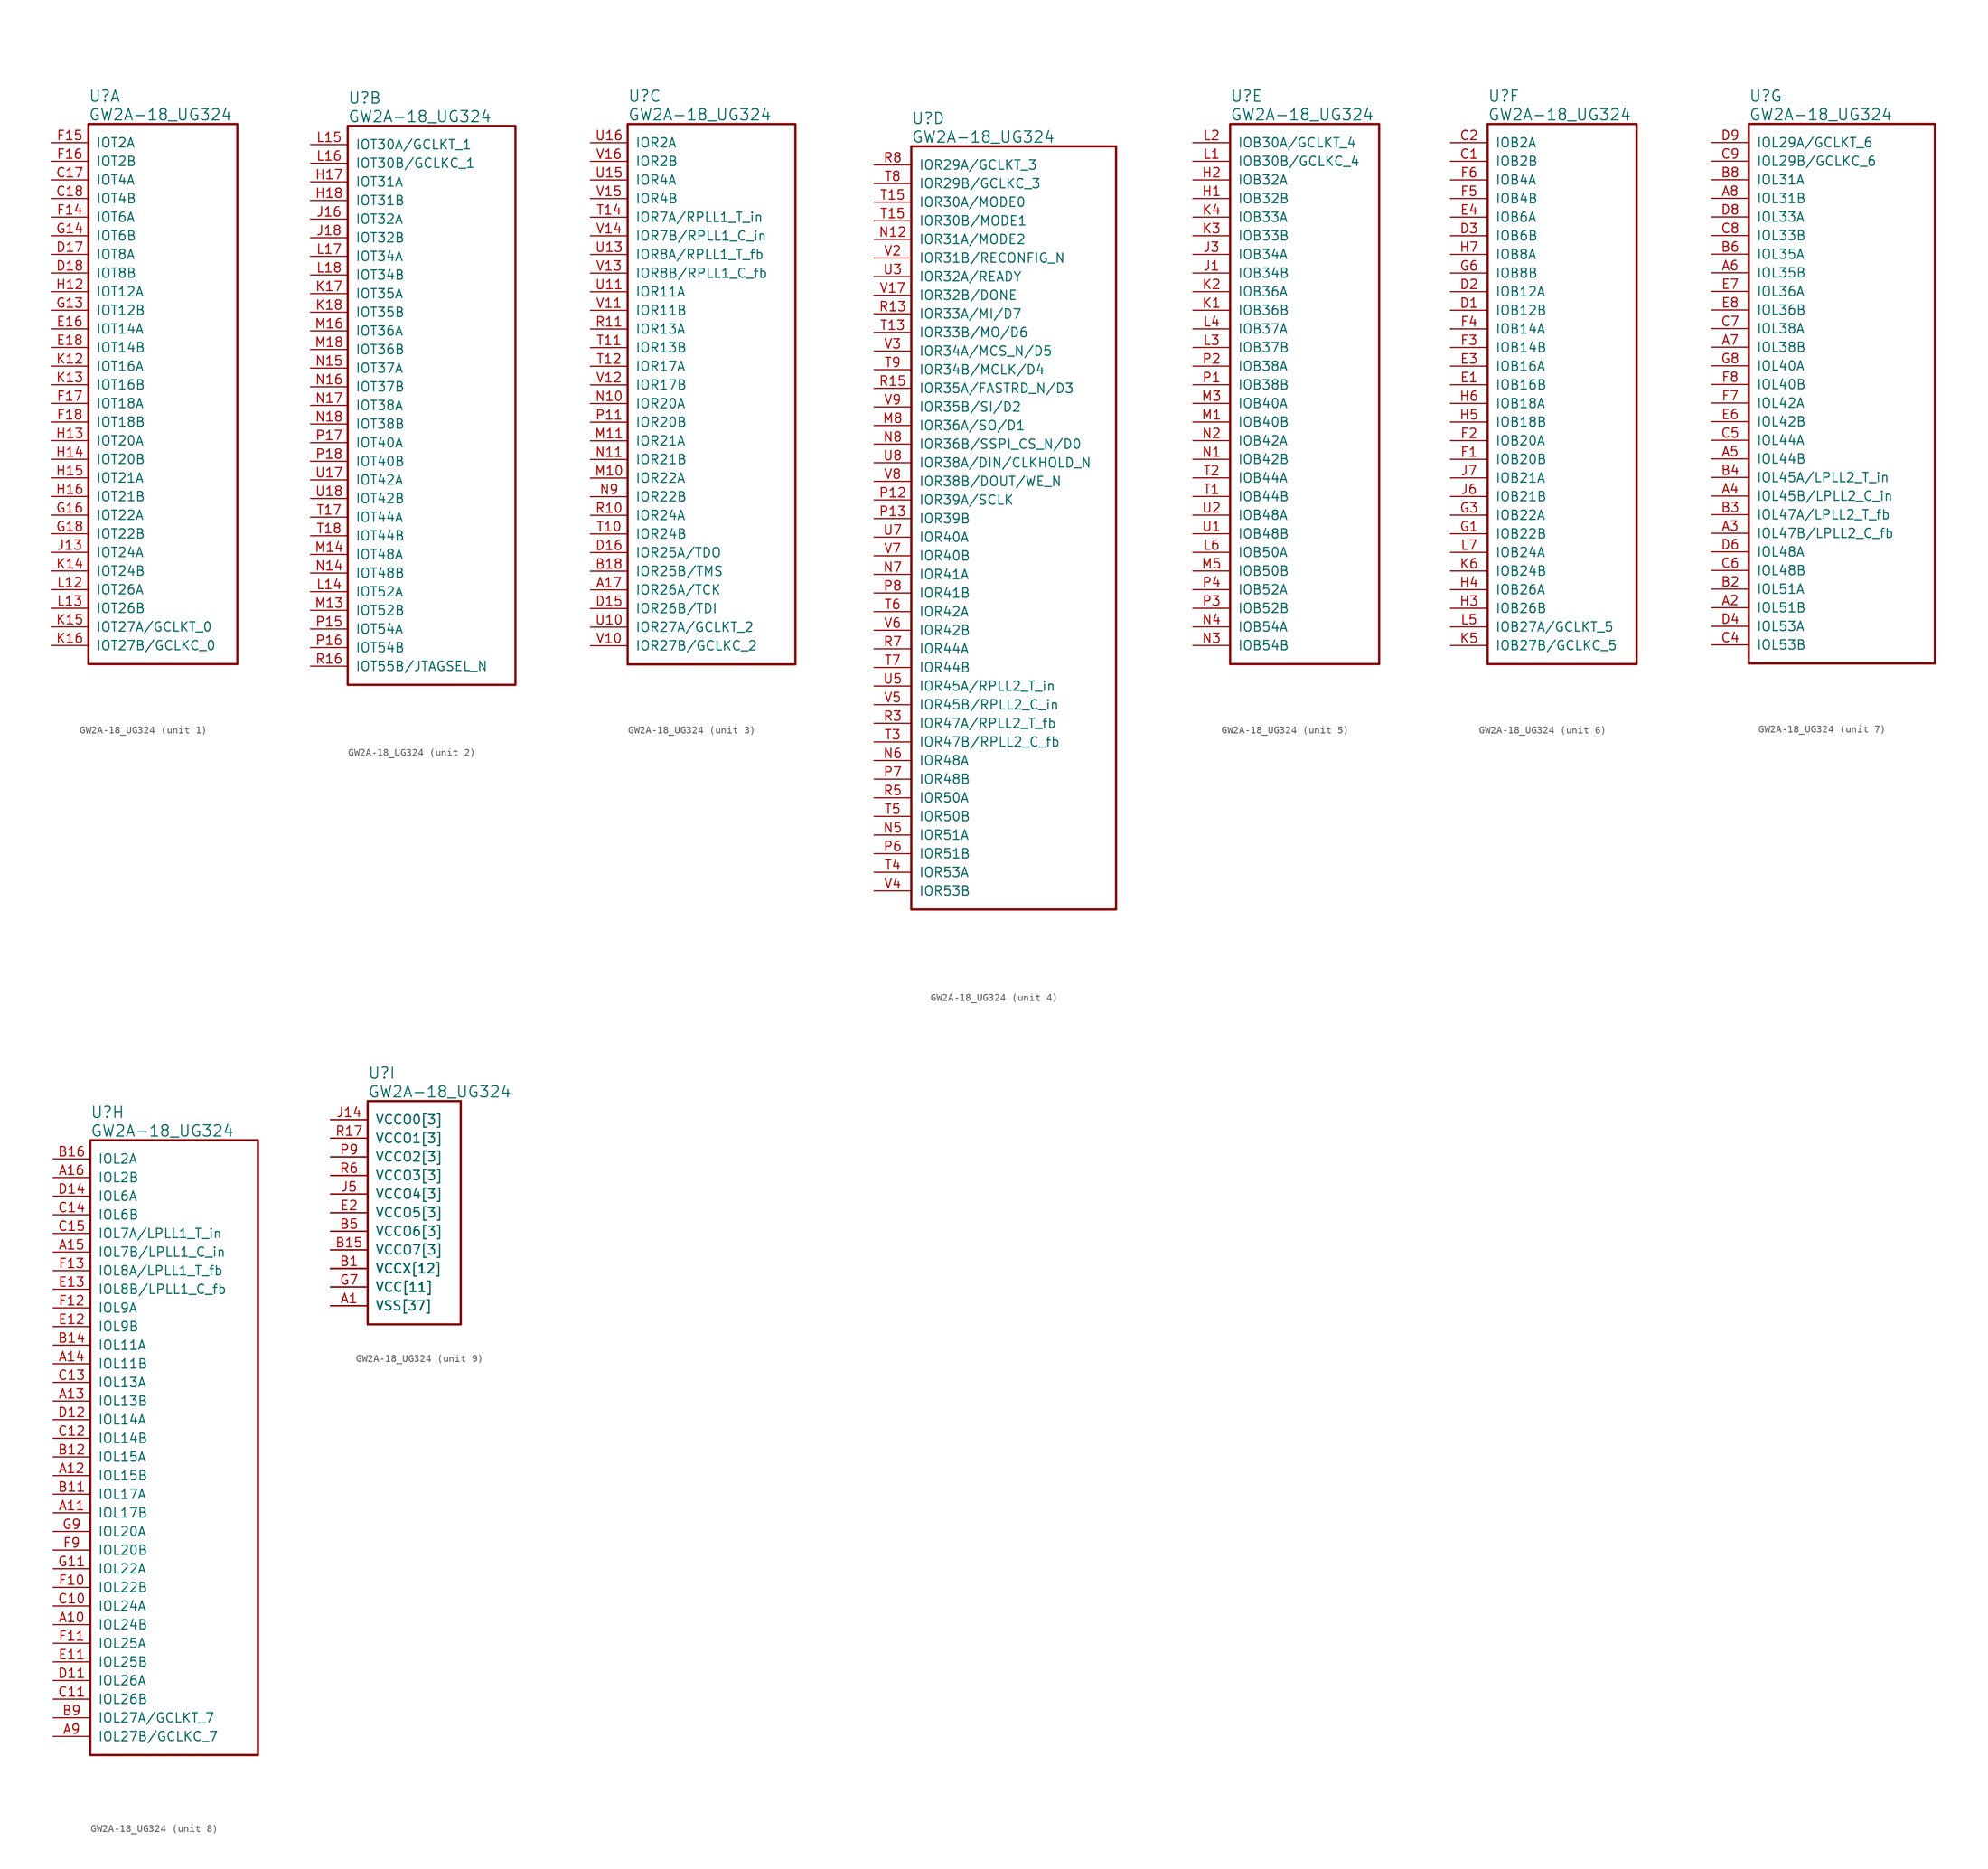
<source format=kicad_sym>
(kicad_symbol_lib
  (version 20241209)
  (generator "kicad_symbol_editor")
  (generator_version "9.0")
  (symbol "GW2A-18_UG324"
    (pin_names
      (offset 1.016))
    (property "Reference" "U"
      (at 5.08 6.35 0)
      (effects (font (size 1.524 1.524)) (justify left)))
    (property "Value" "GW2A-18_UG324"
      (at 5.08 3.81 0)
      (effects (font (size 1.524 1.524)) (justify left)))
    (property "ki_locked" ""
      (at 0 0 0)
      (effects (font (size 1.27 1.27))))
    (symbol "GW2A-18_UG324_1_1"
      (rectangle (start 5.08 2.54) (end 25.4 -71.12) (stroke (width 0.305) (type solid)) (fill (type none)))
      (pin bidirectional line (at 0 0 0) (length 5.08) (name "IOT2A" (effects (font (size 1.27 1.27)))) (number "F15" (effects (font (size 1.27 1.27)))))
      (pin bidirectional line (at 0 -2.54 0) (length 5.08) (name "IOT2B" (effects (font (size 1.27 1.27)))) (number "F16" (effects (font (size 1.27 1.27)))))
      (pin bidirectional line (at 0 -5.08 0) (length 5.08) (name "IOT4A" (effects (font (size 1.27 1.27)))) (number "C17" (effects (font (size 1.27 1.27)))))
      (pin bidirectional line (at 0 -7.62 0) (length 5.08) (name "IOT4B" (effects (font (size 1.27 1.27)))) (number "C18" (effects (font (size 1.27 1.27)))))
      (pin bidirectional line (at 0 -10.16 0) (length 5.08) (name "IOT6A" (effects (font (size 1.27 1.27)))) (number "F14" (effects (font (size 1.27 1.27)))))
      (pin bidirectional line (at 0 -12.7 0) (length 5.08) (name "IOT6B" (effects (font (size 1.27 1.27)))) (number "G14" (effects (font (size 1.27 1.27)))))
      (pin bidirectional line (at 0 -15.24 0) (length 5.08) (name "IOT8A" (effects (font (size 1.27 1.27)))) (number "D17" (effects (font (size 1.27 1.27)))))
      (pin bidirectional line (at 0 -17.78 0) (length 5.08) (name "IOT8B" (effects (font (size 1.27 1.27)))) (number "D18" (effects (font (size 1.27 1.27)))))
      (pin bidirectional line (at 0 -20.32 0) (length 5.08) (name "IOT12A" (effects (font (size 1.27 1.27)))) (number "H12" (effects (font (size 1.27 1.27)))))
      (pin bidirectional line (at 0 -22.86 0) (length 5.08) (name "IOT12B" (effects (font (size 1.27 1.27)))) (number "G13" (effects (font (size 1.27 1.27)))))
      (pin bidirectional line (at 0 -25.4 0) (length 5.08) (name "IOT14A" (effects (font (size 1.27 1.27)))) (number "E16" (effects (font (size 1.27 1.27)))))
      (pin bidirectional line (at 0 -27.94 0) (length 5.08) (name "IOT14B" (effects (font (size 1.27 1.27)))) (number "E18" (effects (font (size 1.27 1.27)))))
      (pin bidirectional line (at 0 -30.48 0) (length 5.08) (name "IOT16A" (effects (font (size 1.27 1.27)))) (number "K12" (effects (font (size 1.27 1.27)))))
      (pin bidirectional line (at 0 -33.02 0) (length 5.08) (name "IOT16B" (effects (font (size 1.27 1.27)))) (number "K13" (effects (font (size 1.27 1.27)))))
      (pin bidirectional line (at 0 -35.56 0) (length 5.08) (name "IOT18A" (effects (font (size 1.27 1.27)))) (number "F17" (effects (font (size 1.27 1.27)))))
      (pin bidirectional line (at 0 -38.1 0) (length 5.08) (name "IOT18B" (effects (font (size 1.27 1.27)))) (number "F18" (effects (font (size 1.27 1.27)))))
      (pin bidirectional line (at 0 -40.64 0) (length 5.08) (name "IOT20A" (effects (font (size 1.27 1.27)))) (number "H13" (effects (font (size 1.27 1.27)))))
      (pin bidirectional line (at 0 -43.18 0) (length 5.08) (name "IOT20B" (effects (font (size 1.27 1.27)))) (number "H14" (effects (font (size 1.27 1.27)))))
      (pin bidirectional line (at 0 -45.72 0) (length 5.08) (name "IOT21A" (effects (font (size 1.27 1.27)))) (number "H15" (effects (font (size 1.27 1.27)))))
      (pin bidirectional line (at 0 -48.26 0) (length 5.08) (name "IOT21B" (effects (font (size 1.27 1.27)))) (number "H16" (effects (font (size 1.27 1.27)))))
      (pin bidirectional line (at 0 -50.8 0) (length 5.08) (name "IOT22A" (effects (font (size 1.27 1.27)))) (number "G16" (effects (font (size 1.27 1.27)))))
      (pin bidirectional line (at 0 -53.34 0) (length 5.08) (name "IOT22B" (effects (font (size 1.27 1.27)))) (number "G18" (effects (font (size 1.27 1.27)))))
      (pin bidirectional line (at 0 -55.88 0) (length 5.08) (name "IOT24A" (effects (font (size 1.27 1.27)))) (number "J13" (effects (font (size 1.27 1.27)))))
      (pin bidirectional line (at 0 -58.42 0) (length 5.08) (name "IOT24B" (effects (font (size 1.27 1.27)))) (number "K14" (effects (font (size 1.27 1.27)))))
      (pin bidirectional line (at 0 -60.96 0) (length 5.08) (name "IOT26A" (effects (font (size 1.27 1.27)))) (number "L12" (effects (font (size 1.27 1.27)))))
      (pin bidirectional line (at 0 -63.5 0) (length 5.08) (name "IOT26B" (effects (font (size 1.27 1.27)))) (number "L13" (effects (font (size 1.27 1.27)))))
      (pin bidirectional line (at 0 -66.04 0) (length 5.08) (name "IOT27A/GCLKT_0" (effects (font (size 1.27 1.27)))) (number "K15" (effects (font (size 1.27 1.27)))))
      (pin bidirectional line (at 0 -68.58 0) (length 5.08) (name "IOT27B/GCLKC_0" (effects (font (size 1.27 1.27)))) (number "K16" (effects (font (size 1.27 1.27))))))
    (symbol "GW2A-18_UG324_2_1"
      (rectangle (start 5.08 2.54) (end 27.94 -73.66) (stroke (width 0.305) (type solid)) (fill (type none)))
      (pin bidirectional line (at 0 0 0) (length 5.08) (name "IOT30A/GCLKT_1" (effects (font (size 1.27 1.27)))) (number "L15" (effects (font (size 1.27 1.27)))))
      (pin bidirectional line (at 0 -2.54 0) (length 5.08) (name "IOT30B/GCLKC_1" (effects (font (size 1.27 1.27)))) (number "L16" (effects (font (size 1.27 1.27)))))
      (pin bidirectional line (at 0 -5.08 0) (length 5.08) (name "IOT31A" (effects (font (size 1.27 1.27)))) (number "H17" (effects (font (size 1.27 1.27)))))
      (pin bidirectional line (at 0 -7.62 0) (length 5.08) (name "IOT31B" (effects (font (size 1.27 1.27)))) (number "H18" (effects (font (size 1.27 1.27)))))
      (pin bidirectional line (at 0 -10.16 0) (length 5.08) (name "IOT32A" (effects (font (size 1.27 1.27)))) (number "J16" (effects (font (size 1.27 1.27)))))
      (pin bidirectional line (at 0 -12.7 0) (length 5.08) (name "IOT32B" (effects (font (size 1.27 1.27)))) (number "J18" (effects (font (size 1.27 1.27)))))
      (pin bidirectional line (at 0 -15.24 0) (length 5.08) (name "IOT34A" (effects (font (size 1.27 1.27)))) (number "L17" (effects (font (size 1.27 1.27)))))
      (pin bidirectional line (at 0 -17.78 0) (length 5.08) (name "IOT34B" (effects (font (size 1.27 1.27)))) (number "L18" (effects (font (size 1.27 1.27)))))
      (pin bidirectional line (at 0 -20.32 0) (length 5.08) (name "IOT35A" (effects (font (size 1.27 1.27)))) (number "K17" (effects (font (size 1.27 1.27)))))
      (pin bidirectional line (at 0 -22.86 0) (length 5.08) (name "IOT35B" (effects (font (size 1.27 1.27)))) (number "K18" (effects (font (size 1.27 1.27)))))
      (pin bidirectional line (at 0 -25.4 0) (length 5.08) (name "IOT36A" (effects (font (size 1.27 1.27)))) (number "M16" (effects (font (size 1.27 1.27)))))
      (pin bidirectional line (at 0 -27.94 0) (length 5.08) (name "IOT36B" (effects (font (size 1.27 1.27)))) (number "M18" (effects (font (size 1.27 1.27)))))
      (pin bidirectional line (at 0 -30.48 0) (length 5.08) (name "IOT37A" (effects (font (size 1.27 1.27)))) (number "N15" (effects (font (size 1.27 1.27)))))
      (pin bidirectional line (at 0 -33.02 0) (length 5.08) (name "IOT37B" (effects (font (size 1.27 1.27)))) (number "N16" (effects (font (size 1.27 1.27)))))
      (pin bidirectional line (at 0 -35.56 0) (length 5.08) (name "IOT38A" (effects (font (size 1.27 1.27)))) (number "N17" (effects (font (size 1.27 1.27)))))
      (pin bidirectional line (at 0 -38.1 0) (length 5.08) (name "IOT38B" (effects (font (size 1.27 1.27)))) (number "N18" (effects (font (size 1.27 1.27)))))
      (pin bidirectional line (at 0 -40.64 0) (length 5.08) (name "IOT40A" (effects (font (size 1.27 1.27)))) (number "P17" (effects (font (size 1.27 1.27)))))
      (pin bidirectional line (at 0 -43.18 0) (length 5.08) (name "IOT40B" (effects (font (size 1.27 1.27)))) (number "P18" (effects (font (size 1.27 1.27)))))
      (pin bidirectional line (at 0 -45.72 0) (length 5.08) (name "IOT42A" (effects (font (size 1.27 1.27)))) (number "U17" (effects (font (size 1.27 1.27)))))
      (pin bidirectional line (at 0 -48.26 0) (length 5.08) (name "IOT42B" (effects (font (size 1.27 1.27)))) (number "U18" (effects (font (size 1.27 1.27)))))
      (pin bidirectional line (at 0 -50.8 0) (length 5.08) (name "IOT44A" (effects (font (size 1.27 1.27)))) (number "T17" (effects (font (size 1.27 1.27)))))
      (pin bidirectional line (at 0 -53.34 0) (length 5.08) (name "IOT44B" (effects (font (size 1.27 1.27)))) (number "T18" (effects (font (size 1.27 1.27)))))
      (pin bidirectional line (at 0 -55.88 0) (length 5.08) (name "IOT48A" (effects (font (size 1.27 1.27)))) (number "M14" (effects (font (size 1.27 1.27)))))
      (pin bidirectional line (at 0 -58.42 0) (length 5.08) (name "IOT48B" (effects (font (size 1.27 1.27)))) (number "N14" (effects (font (size 1.27 1.27)))))
      (pin bidirectional line (at 0 -60.96 0) (length 5.08) (name "IOT52A" (effects (font (size 1.27 1.27)))) (number "L14" (effects (font (size 1.27 1.27)))))
      (pin bidirectional line (at 0 -63.5 0) (length 5.08) (name "IOT52B" (effects (font (size 1.27 1.27)))) (number "M13" (effects (font (size 1.27 1.27)))))
      (pin bidirectional line (at 0 -66.04 0) (length 5.08) (name "IOT54A" (effects (font (size 1.27 1.27)))) (number "P15" (effects (font (size 1.27 1.27)))))
      (pin bidirectional line (at 0 -68.58 0) (length 5.08) (name "IOT54B" (effects (font (size 1.27 1.27)))) (number "P16" (effects (font (size 1.27 1.27)))))
      (pin bidirectional line (at 0 -71.12 0) (length 5.08) (name "IOT55B/JTAGSEL_N" (effects (font (size 1.27 1.27)))) (number "R16" (effects (font (size 1.27 1.27))))))
    (symbol "GW2A-18_UG324_3_1"
      (rectangle (start 5.08 2.54) (end 27.94 -71.12) (stroke (width 0.305) (type solid)) (fill (type none)))
      (pin bidirectional line (at 0 0 0) (length 5.08) (name "IOR2A" (effects (font (size 1.27 1.27)))) (number "U16" (effects (font (size 1.27 1.27)))))
      (pin bidirectional line (at 0 -2.54 0) (length 5.08) (name "IOR2B" (effects (font (size 1.27 1.27)))) (number "V16" (effects (font (size 1.27 1.27)))))
      (pin bidirectional line (at 0 -5.08 0) (length 5.08) (name "IOR4A" (effects (font (size 1.27 1.27)))) (number "U15" (effects (font (size 1.27 1.27)))))
      (pin bidirectional line (at 0 -7.62 0) (length 5.08) (name "IOR4B" (effects (font (size 1.27 1.27)))) (number "V15" (effects (font (size 1.27 1.27)))))
      (pin bidirectional line (at 0 -10.16 0) (length 5.08) (name "IOR7A/RPLL1_T_in" (effects (font (size 1.27 1.27)))) (number "T14" (effects (font (size 1.27 1.27)))))
      (pin bidirectional line (at 0 -12.7 0) (length 5.08) (name "IOR7B/RPLL1_C_in" (effects (font (size 1.27 1.27)))) (number "V14" (effects (font (size 1.27 1.27)))))
      (pin bidirectional line (at 0 -15.24 0) (length 5.08) (name "IOR8A/RPLL1_T_fb" (effects (font (size 1.27 1.27)))) (number "U13" (effects (font (size 1.27 1.27)))))
      (pin bidirectional line (at 0 -17.78 0) (length 5.08) (name "IOR8B/RPLL1_C_fb" (effects (font (size 1.27 1.27)))) (number "V13" (effects (font (size 1.27 1.27)))))
      (pin bidirectional line (at 0 -20.32 0) (length 5.08) (name "IOR11A" (effects (font (size 1.27 1.27)))) (number "U11" (effects (font (size 1.27 1.27)))))
      (pin bidirectional line (at 0 -22.86 0) (length 5.08) (name "IOR11B" (effects (font (size 1.27 1.27)))) (number "V11" (effects (font (size 1.27 1.27)))))
      (pin bidirectional line (at 0 -25.4 0) (length 5.08) (name "IOR13A" (effects (font (size 1.27 1.27)))) (number "R11" (effects (font (size 1.27 1.27)))))
      (pin bidirectional line (at 0 -27.94 0) (length 5.08) (name "IOR13B" (effects (font (size 1.27 1.27)))) (number "T11" (effects (font (size 1.27 1.27)))))
      (pin bidirectional line (at 0 -30.48 0) (length 5.08) (name "IOR17A" (effects (font (size 1.27 1.27)))) (number "T12" (effects (font (size 1.27 1.27)))))
      (pin bidirectional line (at 0 -33.02 0) (length 5.08) (name "IOR17B" (effects (font (size 1.27 1.27)))) (number "V12" (effects (font (size 1.27 1.27)))))
      (pin bidirectional line (at 0 -35.56 0) (length 5.08) (name "IOR20A" (effects (font (size 1.27 1.27)))) (number "N10" (effects (font (size 1.27 1.27)))))
      (pin bidirectional line (at 0 -38.1 0) (length 5.08) (name "IOR20B" (effects (font (size 1.27 1.27)))) (number "P11" (effects (font (size 1.27 1.27)))))
      (pin bidirectional line (at 0 -40.64 0) (length 5.08) (name "IOR21A" (effects (font (size 1.27 1.27)))) (number "M11" (effects (font (size 1.27 1.27)))))
      (pin bidirectional line (at 0 -43.18 0) (length 5.08) (name "IOR21B" (effects (font (size 1.27 1.27)))) (number "N11" (effects (font (size 1.27 1.27)))))
      (pin bidirectional line (at 0 -45.72 0) (length 5.08) (name "IOR22A" (effects (font (size 1.27 1.27)))) (number "M10" (effects (font (size 1.27 1.27)))))
      (pin bidirectional line (at 0 -48.26 0) (length 5.08) (name "IOR22B" (effects (font (size 1.27 1.27)))) (number "N9" (effects (font (size 1.27 1.27)))))
      (pin bidirectional line (at 0 -50.8 0) (length 5.08) (name "IOR24A" (effects (font (size 1.27 1.27)))) (number "R10" (effects (font (size 1.27 1.27)))))
      (pin bidirectional line (at 0 -53.34 0) (length 5.08) (name "IOR24B" (effects (font (size 1.27 1.27)))) (number "T10" (effects (font (size 1.27 1.27)))))
      (pin bidirectional line (at 0 -55.88 0) (length 5.08) (name "IOR25A/TDO" (effects (font (size 1.27 1.27)))) (number "D16" (effects (font (size 1.27 1.27)))))
      (pin bidirectional line (at 0 -58.42 0) (length 5.08) (name "IOR25B/TMS" (effects (font (size 1.27 1.27)))) (number "B18" (effects (font (size 1.27 1.27)))))
      (pin bidirectional line (at 0 -60.96 0) (length 5.08) (name "IOR26A/TCK" (effects (font (size 1.27 1.27)))) (number "A17" (effects (font (size 1.27 1.27)))))
      (pin bidirectional line (at 0 -63.5 0) (length 5.08) (name "IOR26B/TDI" (effects (font (size 1.27 1.27)))) (number "D15" (effects (font (size 1.27 1.27)))))
      (pin bidirectional line (at 0 -66.04 0) (length 5.08) (name "IOR27A/GCLKT_2" (effects (font (size 1.27 1.27)))) (number "U10" (effects (font (size 1.27 1.27)))))
      (pin bidirectional line (at 0 -68.58 0) (length 5.08) (name "IOR27B/GCLKC_2" (effects (font (size 1.27 1.27)))) (number "V10" (effects (font (size 1.27 1.27))))))
    (symbol "GW2A-18_UG324_4_1"
      (rectangle (start 5.08 2.54) (end 33.02 -101.6) (stroke (width 0.305) (type solid)) (fill (type none)))
      (pin bidirectional line (at 0 0 0) (length 5.08) (name "IOR29A/GCLKT_3" (effects (font (size 1.27 1.27)))) (number "R8" (effects (font (size 1.27 1.27)))))
      (pin bidirectional line (at 0 -2.54 0) (length 5.08) (name "IOR29B/GCLKC_3" (effects (font (size 1.27 1.27)))) (number "T8" (effects (font (size 1.27 1.27)))))
      (pin bidirectional line (at 0 -5.08 0) (length 5.08) (name "IOR30A/MODE0" (effects (font (size 1.27 1.27)))) (number "T15" (effects (font (size 1.27 1.27)))))
      (pin bidirectional line (at 0 -7.62 0) (length 5.08) (name "IOR30B/MODE1" (effects (font (size 1.27 1.27)))) (number "T15" (effects (font (size 1.27 1.27)))))
      (pin bidirectional line (at 0 -10.16 0) (length 5.08) (name "IOR31A/MODE2" (effects (font (size 1.27 1.27)))) (number "N12" (effects (font (size 1.27 1.27)))))
      (pin bidirectional line (at 0 -12.7 0) (length 5.08) (name "IOR31B/RECONFIG_N" (effects (font (size 1.27 1.27)))) (number "V2" (effects (font (size 1.27 1.27)))))
      (pin bidirectional line (at 0 -15.24 0) (length 5.08) (name "IOR32A/READY" (effects (font (size 1.27 1.27)))) (number "U3" (effects (font (size 1.27 1.27)))))
      (pin bidirectional line (at 0 -17.78 0) (length 5.08) (name "IOR32B/DONE" (effects (font (size 1.27 1.27)))) (number "V17" (effects (font (size 1.27 1.27)))))
      (pin bidirectional line (at 0 -20.32 0) (length 5.08) (name "IOR33A/MI/D7" (effects (font (size 1.27 1.27)))) (number "R13" (effects (font (size 1.27 1.27)))))
      (pin bidirectional line (at 0 -22.86 0) (length 5.08) (name "IOR33B/MO/D6" (effects (font (size 1.27 1.27)))) (number "T13" (effects (font (size 1.27 1.27)))))
      (pin bidirectional line (at 0 -25.4 0) (length 5.08) (name "IOR34A/MCS_N/D5" (effects (font (size 1.27 1.27)))) (number "V3" (effects (font (size 1.27 1.27)))))
      (pin bidirectional line (at 0 -27.94 0) (length 5.08) (name "IOR34B/MCLK/D4" (effects (font (size 1.27 1.27)))) (number "T9" (effects (font (size 1.27 1.27)))))
      (pin bidirectional line (at 0 -30.48 0) (length 5.08) (name "IOR35A/FASTRD_N/D3" (effects (font (size 1.27 1.27)))) (number "R15" (effects (font (size 1.27 1.27)))))
      (pin bidirectional line (at 0 -33.02 0) (length 5.08) (name "IOR35B/SI/D2" (effects (font (size 1.27 1.27)))) (number "V9" (effects (font (size 1.27 1.27)))))
      (pin bidirectional line (at 0 -35.56 0) (length 5.08) (name "IOR36A/SO/D1" (effects (font (size 1.27 1.27)))) (number "M8" (effects (font (size 1.27 1.27)))))
      (pin bidirectional line (at 0 -38.1 0) (length 5.08) (name "IOR36B/SSPI_CS_N/D0" (effects (font (size 1.27 1.27)))) (number "N8" (effects (font (size 1.27 1.27)))))
      (pin bidirectional line (at 0 -40.64 0) (length 5.08) (name "IOR38A/DIN/CLKHOLD_N" (effects (font (size 1.27 1.27)))) (number "U8" (effects (font (size 1.27 1.27)))))
      (pin bidirectional line (at 0 -43.18 0) (length 5.08) (name "IOR38B/DOUT/WE_N" (effects (font (size 1.27 1.27)))) (number "V8" (effects (font (size 1.27 1.27)))))
      (pin bidirectional line (at 0 -45.72 0) (length 5.08) (name "IOR39A/SCLK" (effects (font (size 1.27 1.27)))) (number "P12" (effects (font (size 1.27 1.27)))))
      (pin bidirectional line (at 0 -48.26 0) (length 5.08) (name "IOR39B" (effects (font (size 1.27 1.27)))) (number "P13" (effects (font (size 1.27 1.27)))))
      (pin bidirectional line (at 0 -50.8 0) (length 5.08) (name "IOR40A" (effects (font (size 1.27 1.27)))) (number "U7" (effects (font (size 1.27 1.27)))))
      (pin bidirectional line (at 0 -53.34 0) (length 5.08) (name "IOR40B" (effects (font (size 1.27 1.27)))) (number "V7" (effects (font (size 1.27 1.27)))))
      (pin bidirectional line (at 0 -55.88 0) (length 5.08) (name "IOR41A" (effects (font (size 1.27 1.27)))) (number "N7" (effects (font (size 1.27 1.27)))))
      (pin bidirectional line (at 0 -58.42 0) (length 5.08) (name "IOR41B" (effects (font (size 1.27 1.27)))) (number "P8" (effects (font (size 1.27 1.27)))))
      (pin bidirectional line (at 0 -60.96 0) (length 5.08) (name "IOR42A" (effects (font (size 1.27 1.27)))) (number "T6" (effects (font (size 1.27 1.27)))))
      (pin bidirectional line (at 0 -63.5 0) (length 5.08) (name "IOR42B" (effects (font (size 1.27 1.27)))) (number "V6" (effects (font (size 1.27 1.27)))))
      (pin bidirectional line (at 0 -66.04 0) (length 5.08) (name "IOR44A" (effects (font (size 1.27 1.27)))) (number "R7" (effects (font (size 1.27 1.27)))))
      (pin bidirectional line (at 0 -68.58 0) (length 5.08) (name "IOR44B" (effects (font (size 1.27 1.27)))) (number "T7" (effects (font (size 1.27 1.27)))))
      (pin bidirectional line (at 0 -71.12 0) (length 5.08) (name "IOR45A/RPLL2_T_in" (effects (font (size 1.27 1.27)))) (number "U5" (effects (font (size 1.27 1.27)))))
      (pin bidirectional line (at 0 -73.66 0) (length 5.08) (name "IOR45B/RPLL2_C_in" (effects (font (size 1.27 1.27)))) (number "V5" (effects (font (size 1.27 1.27)))))
      (pin bidirectional line (at 0 -76.2 0) (length 5.08) (name "IOR47A/RPLL2_T_fb" (effects (font (size 1.27 1.27)))) (number "R3" (effects (font (size 1.27 1.27)))))
      (pin bidirectional line (at 0 -78.74 0) (length 5.08) (name "IOR47B/RPLL2_C_fb" (effects (font (size 1.27 1.27)))) (number "T3" (effects (font (size 1.27 1.27)))))
      (pin bidirectional line (at 0 -81.28 0) (length 5.08) (name "IOR48A" (effects (font (size 1.27 1.27)))) (number "N6" (effects (font (size 1.27 1.27)))))
      (pin bidirectional line (at 0 -83.82 0) (length 5.08) (name "IOR48B" (effects (font (size 1.27 1.27)))) (number "P7" (effects (font (size 1.27 1.27)))))
      (pin bidirectional line (at 0 -86.36 0) (length 5.08) (name "IOR50A" (effects (font (size 1.27 1.27)))) (number "R5" (effects (font (size 1.27 1.27)))))
      (pin bidirectional line (at 0 -88.9 0) (length 5.08) (name "IOR50B" (effects (font (size 1.27 1.27)))) (number "T5" (effects (font (size 1.27 1.27)))))
      (pin bidirectional line (at 0 -91.44 0) (length 5.08) (name "IOR51A" (effects (font (size 1.27 1.27)))) (number "N5" (effects (font (size 1.27 1.27)))))
      (pin bidirectional line (at 0 -93.98 0) (length 5.08) (name "IOR51B" (effects (font (size 1.27 1.27)))) (number "P6" (effects (font (size 1.27 1.27)))))
      (pin bidirectional line (at 0 -96.52 0) (length 5.08) (name "IOR53A" (effects (font (size 1.27 1.27)))) (number "T4" (effects (font (size 1.27 1.27)))))
      (pin bidirectional line (at 0 -99.06 0) (length 5.08) (name "IOR53B" (effects (font (size 1.27 1.27)))) (number "V4" (effects (font (size 1.27 1.27))))))
    (symbol "GW2A-18_UG324_5_1"
      (rectangle (start 5.08 2.54) (end 25.4 -71.12) (stroke (width 0.305) (type solid)) (fill (type none)))
      (pin bidirectional line (at 0 0 0) (length 5.08) (name "IOB30A/GCLKT_4" (effects (font (size 1.27 1.27)))) (number "L2" (effects (font (size 1.27 1.27)))))
      (pin bidirectional line (at 0 -2.54 0) (length 5.08) (name "IOB30B/GCLKC_4" (effects (font (size 1.27 1.27)))) (number "L1" (effects (font (size 1.27 1.27)))))
      (pin bidirectional line (at 0 -5.08 0) (length 5.08) (name "IOB32A" (effects (font (size 1.27 1.27)))) (number "H2" (effects (font (size 1.27 1.27)))))
      (pin bidirectional line (at 0 -7.62 0) (length 5.08) (name "IOB32B" (effects (font (size 1.27 1.27)))) (number "H1" (effects (font (size 1.27 1.27)))))
      (pin bidirectional line (at 0 -10.16 0) (length 5.08) (name "IOB33A" (effects (font (size 1.27 1.27)))) (number "K4" (effects (font (size 1.27 1.27)))))
      (pin bidirectional line (at 0 -12.7 0) (length 5.08) (name "IOB33B" (effects (font (size 1.27 1.27)))) (number "K3" (effects (font (size 1.27 1.27)))))
      (pin bidirectional line (at 0 -15.24 0) (length 5.08) (name "IOB34A" (effects (font (size 1.27 1.27)))) (number "J3" (effects (font (size 1.27 1.27)))))
      (pin bidirectional line (at 0 -17.78 0) (length 5.08) (name "IOB34B" (effects (font (size 1.27 1.27)))) (number "J1" (effects (font (size 1.27 1.27)))))
      (pin bidirectional line (at 0 -20.32 0) (length 5.08) (name "IOB36A" (effects (font (size 1.27 1.27)))) (number "K2" (effects (font (size 1.27 1.27)))))
      (pin bidirectional line (at 0 -22.86 0) (length 5.08) (name "IOB36B" (effects (font (size 1.27 1.27)))) (number "K1" (effects (font (size 1.27 1.27)))))
      (pin bidirectional line (at 0 -25.4 0) (length 5.08) (name "IOB37A" (effects (font (size 1.27 1.27)))) (number "L4" (effects (font (size 1.27 1.27)))))
      (pin bidirectional line (at 0 -27.94 0) (length 5.08) (name "IOB37B" (effects (font (size 1.27 1.27)))) (number "L3" (effects (font (size 1.27 1.27)))))
      (pin bidirectional line (at 0 -30.48 0) (length 5.08) (name "IOB38A" (effects (font (size 1.27 1.27)))) (number "P2" (effects (font (size 1.27 1.27)))))
      (pin bidirectional line (at 0 -33.02 0) (length 5.08) (name "IOB38B" (effects (font (size 1.27 1.27)))) (number "P1" (effects (font (size 1.27 1.27)))))
      (pin bidirectional line (at 0 -35.56 0) (length 5.08) (name "IOB40A" (effects (font (size 1.27 1.27)))) (number "M3" (effects (font (size 1.27 1.27)))))
      (pin bidirectional line (at 0 -38.1 0) (length 5.08) (name "IOB40B" (effects (font (size 1.27 1.27)))) (number "M1" (effects (font (size 1.27 1.27)))))
      (pin bidirectional line (at 0 -40.64 0) (length 5.08) (name "IOB42A" (effects (font (size 1.27 1.27)))) (number "N2" (effects (font (size 1.27 1.27)))))
      (pin bidirectional line (at 0 -43.18 0) (length 5.08) (name "IOB42B" (effects (font (size 1.27 1.27)))) (number "N1" (effects (font (size 1.27 1.27)))))
      (pin bidirectional line (at 0 -45.72 0) (length 5.08) (name "IOB44A" (effects (font (size 1.27 1.27)))) (number "T2" (effects (font (size 1.27 1.27)))))
      (pin bidirectional line (at 0 -48.26 0) (length 5.08) (name "IOB44B" (effects (font (size 1.27 1.27)))) (number "T1" (effects (font (size 1.27 1.27)))))
      (pin bidirectional line (at 0 -50.8 0) (length 5.08) (name "IOB48A" (effects (font (size 1.27 1.27)))) (number "U2" (effects (font (size 1.27 1.27)))))
      (pin bidirectional line (at 0 -53.34 0) (length 5.08) (name "IOB48B" (effects (font (size 1.27 1.27)))) (number "U1" (effects (font (size 1.27 1.27)))))
      (pin bidirectional line (at 0 -55.88 0) (length 5.08) (name "IOB50A" (effects (font (size 1.27 1.27)))) (number "L6" (effects (font (size 1.27 1.27)))))
      (pin bidirectional line (at 0 -58.42 0) (length 5.08) (name "IOB50B" (effects (font (size 1.27 1.27)))) (number "M5" (effects (font (size 1.27 1.27)))))
      (pin bidirectional line (at 0 -60.96 0) (length 5.08) (name "IOB52A" (effects (font (size 1.27 1.27)))) (number "P4" (effects (font (size 1.27 1.27)))))
      (pin bidirectional line (at 0 -63.5 0) (length 5.08) (name "IOB52B" (effects (font (size 1.27 1.27)))) (number "P3" (effects (font (size 1.27 1.27)))))
      (pin bidirectional line (at 0 -66.04 0) (length 5.08) (name "IOB54A" (effects (font (size 1.27 1.27)))) (number "N4" (effects (font (size 1.27 1.27)))))
      (pin bidirectional line (at 0 -68.58 0) (length 5.08) (name "IOB54B" (effects (font (size 1.27 1.27)))) (number "N3" (effects (font (size 1.27 1.27))))))
    (symbol "GW2A-18_UG324_6_1"
      (rectangle (start 5.08 2.54) (end 25.4 -71.12) (stroke (width 0.305) (type solid)) (fill (type none)))
      (pin bidirectional line (at 0 0 0) (length 5.08) (name "IOB2A" (effects (font (size 1.27 1.27)))) (number "C2" (effects (font (size 1.27 1.27)))))
      (pin bidirectional line (at 0 -2.54 0) (length 5.08) (name "IOB2B" (effects (font (size 1.27 1.27)))) (number "C1" (effects (font (size 1.27 1.27)))))
      (pin bidirectional line (at 0 -5.08 0) (length 5.08) (name "IOB4A" (effects (font (size 1.27 1.27)))) (number "F6" (effects (font (size 1.27 1.27)))))
      (pin bidirectional line (at 0 -7.62 0) (length 5.08) (name "IOB4B" (effects (font (size 1.27 1.27)))) (number "F5" (effects (font (size 1.27 1.27)))))
      (pin bidirectional line (at 0 -10.16 0) (length 5.08) (name "IOB6A" (effects (font (size 1.27 1.27)))) (number "E4" (effects (font (size 1.27 1.27)))))
      (pin bidirectional line (at 0 -12.7 0) (length 5.08) (name "IOB6B" (effects (font (size 1.27 1.27)))) (number "D3" (effects (font (size 1.27 1.27)))))
      (pin bidirectional line (at 0 -15.24 0) (length 5.08) (name "IOB8A" (effects (font (size 1.27 1.27)))) (number "H7" (effects (font (size 1.27 1.27)))))
      (pin bidirectional line (at 0 -17.78 0) (length 5.08) (name "IOB8B" (effects (font (size 1.27 1.27)))) (number "G6" (effects (font (size 1.27 1.27)))))
      (pin bidirectional line (at 0 -20.32 0) (length 5.08) (name "IOB12A" (effects (font (size 1.27 1.27)))) (number "D2" (effects (font (size 1.27 1.27)))))
      (pin bidirectional line (at 0 -22.86 0) (length 5.08) (name "IOB12B" (effects (font (size 1.27 1.27)))) (number "D1" (effects (font (size 1.27 1.27)))))
      (pin bidirectional line (at 0 -25.4 0) (length 5.08) (name "IOB14A" (effects (font (size 1.27 1.27)))) (number "F4" (effects (font (size 1.27 1.27)))))
      (pin bidirectional line (at 0 -27.94 0) (length 5.08) (name "IOB14B" (effects (font (size 1.27 1.27)))) (number "F3" (effects (font (size 1.27 1.27)))))
      (pin bidirectional line (at 0 -30.48 0) (length 5.08) (name "IOB16A" (effects (font (size 1.27 1.27)))) (number "E3" (effects (font (size 1.27 1.27)))))
      (pin bidirectional line (at 0 -33.02 0) (length 5.08) (name "IOB16B" (effects (font (size 1.27 1.27)))) (number "E1" (effects (font (size 1.27 1.27)))))
      (pin bidirectional line (at 0 -35.56 0) (length 5.08) (name "IOB18A" (effects (font (size 1.27 1.27)))) (number "H6" (effects (font (size 1.27 1.27)))))
      (pin bidirectional line (at 0 -38.1 0) (length 5.08) (name "IOB18B" (effects (font (size 1.27 1.27)))) (number "H5" (effects (font (size 1.27 1.27)))))
      (pin bidirectional line (at 0 -40.64 0) (length 5.08) (name "IOB20A" (effects (font (size 1.27 1.27)))) (number "F2" (effects (font (size 1.27 1.27)))))
      (pin bidirectional line (at 0 -43.18 0) (length 5.08) (name "IOB20B" (effects (font (size 1.27 1.27)))) (number "F1" (effects (font (size 1.27 1.27)))))
      (pin bidirectional line (at 0 -45.72 0) (length 5.08) (name "IOB21A" (effects (font (size 1.27 1.27)))) (number "J7" (effects (font (size 1.27 1.27)))))
      (pin bidirectional line (at 0 -48.26 0) (length 5.08) (name "IOB21B" (effects (font (size 1.27 1.27)))) (number "J6" (effects (font (size 1.27 1.27)))))
      (pin bidirectional line (at 0 -50.8 0) (length 5.08) (name "IOB22A" (effects (font (size 1.27 1.27)))) (number "G3" (effects (font (size 1.27 1.27)))))
      (pin bidirectional line (at 0 -53.34 0) (length 5.08) (name "IOB22B" (effects (font (size 1.27 1.27)))) (number "G1" (effects (font (size 1.27 1.27)))))
      (pin bidirectional line (at 0 -55.88 0) (length 5.08) (name "IOB24A" (effects (font (size 1.27 1.27)))) (number "L7" (effects (font (size 1.27 1.27)))))
      (pin bidirectional line (at 0 -58.42 0) (length 5.08) (name "IOB24B" (effects (font (size 1.27 1.27)))) (number "K6" (effects (font (size 1.27 1.27)))))
      (pin bidirectional line (at 0 -60.96 0) (length 5.08) (name "IOB26A" (effects (font (size 1.27 1.27)))) (number "H4" (effects (font (size 1.27 1.27)))))
      (pin bidirectional line (at 0 -63.5 0) (length 5.08) (name "IOB26B" (effects (font (size 1.27 1.27)))) (number "H3" (effects (font (size 1.27 1.27)))))
      (pin bidirectional line (at 0 -66.04 0) (length 5.08) (name "IOB27A/GCLKT_5" (effects (font (size 1.27 1.27)))) (number "L5" (effects (font (size 1.27 1.27)))))
      (pin bidirectional line (at 0 -68.58 0) (length 5.08) (name "IOB27B/GCLKC_5" (effects (font (size 1.27 1.27)))) (number "K5" (effects (font (size 1.27 1.27))))))
    (symbol "GW2A-18_UG324_7_1"
      (rectangle (start 5.08 2.54) (end 30.48 -71.12) (stroke (width 0.305) (type solid)) (fill (type none)))
      (pin bidirectional line (at 0 0 0) (length 5.08) (name "IOL29A/GCLKT_6" (effects (font (size 1.27 1.27)))) (number "D9" (effects (font (size 1.27 1.27)))))
      (pin bidirectional line (at 0 -2.54 0) (length 5.08) (name "IOL29B/GCLKC_6" (effects (font (size 1.27 1.27)))) (number "C9" (effects (font (size 1.27 1.27)))))
      (pin bidirectional line (at 0 -5.08 0) (length 5.08) (name "IOL31A" (effects (font (size 1.27 1.27)))) (number "B8" (effects (font (size 1.27 1.27)))))
      (pin bidirectional line (at 0 -7.62 0) (length 5.08) (name "IOL31B" (effects (font (size 1.27 1.27)))) (number "A8" (effects (font (size 1.27 1.27)))))
      (pin bidirectional line (at 0 -10.16 0) (length 5.08) (name "IOL33A" (effects (font (size 1.27 1.27)))) (number "D8" (effects (font (size 1.27 1.27)))))
      (pin bidirectional line (at 0 -12.7 0) (length 5.08) (name "IOL33B" (effects (font (size 1.27 1.27)))) (number "C8" (effects (font (size 1.27 1.27)))))
      (pin bidirectional line (at 0 -15.24 0) (length 5.08) (name "IOL35A" (effects (font (size 1.27 1.27)))) (number "B6" (effects (font (size 1.27 1.27)))))
      (pin bidirectional line (at 0 -17.78 0) (length 5.08) (name "IOL35B" (effects (font (size 1.27 1.27)))) (number "A6" (effects (font (size 1.27 1.27)))))
      (pin bidirectional line (at 0 -20.32 0) (length 5.08) (name "IOL36A" (effects (font (size 1.27 1.27)))) (number "E7" (effects (font (size 1.27 1.27)))))
      (pin bidirectional line (at 0 -22.86 0) (length 5.08) (name "IOL36B" (effects (font (size 1.27 1.27)))) (number "E8" (effects (font (size 1.27 1.27)))))
      (pin bidirectional line (at 0 -25.4 0) (length 5.08) (name "IOL38A" (effects (font (size 1.27 1.27)))) (number "C7" (effects (font (size 1.27 1.27)))))
      (pin bidirectional line (at 0 -27.94 0) (length 5.08) (name "IOL38B" (effects (font (size 1.27 1.27)))) (number "A7" (effects (font (size 1.27 1.27)))))
      (pin bidirectional line (at 0 -30.48 0) (length 5.08) (name "IOL40A" (effects (font (size 1.27 1.27)))) (number "G8" (effects (font (size 1.27 1.27)))))
      (pin bidirectional line (at 0 -33.02 0) (length 5.08) (name "IOL40B" (effects (font (size 1.27 1.27)))) (number "F8" (effects (font (size 1.27 1.27)))))
      (pin bidirectional line (at 0 -35.56 0) (length 5.08) (name "IOL42A" (effects (font (size 1.27 1.27)))) (number "F7" (effects (font (size 1.27 1.27)))))
      (pin bidirectional line (at 0 -38.1 0) (length 5.08) (name "IOL42B" (effects (font (size 1.27 1.27)))) (number "E6" (effects (font (size 1.27 1.27)))))
      (pin bidirectional line (at 0 -40.64 0) (length 5.08) (name "IOL44A" (effects (font (size 1.27 1.27)))) (number "C5" (effects (font (size 1.27 1.27)))))
      (pin bidirectional line (at 0 -43.18 0) (length 5.08) (name "IOL44B" (effects (font (size 1.27 1.27)))) (number "A5" (effects (font (size 1.27 1.27)))))
      (pin bidirectional line (at 0 -45.72 0) (length 5.08) (name "IOL45A/LPLL2_T_in" (effects (font (size 1.27 1.27)))) (number "B4" (effects (font (size 1.27 1.27)))))
      (pin bidirectional line (at 0 -48.26 0) (length 5.08) (name "IOL45B/LPLL2_C_in" (effects (font (size 1.27 1.27)))) (number "A4" (effects (font (size 1.27 1.27)))))
      (pin bidirectional line (at 0 -50.8 0) (length 5.08) (name "IOL47A/LPLL2_T_fb" (effects (font (size 1.27 1.27)))) (number "B3" (effects (font (size 1.27 1.27)))))
      (pin bidirectional line (at 0 -53.34 0) (length 5.08) (name "IOL47B/LPLL2_C_fb" (effects (font (size 1.27 1.27)))) (number "A3" (effects (font (size 1.27 1.27)))))
      (pin bidirectional line (at 0 -55.88 0) (length 5.08) (name "IOL48A" (effects (font (size 1.27 1.27)))) (number "D6" (effects (font (size 1.27 1.27)))))
      (pin bidirectional line (at 0 -58.42 0) (length 5.08) (name "IOL48B" (effects (font (size 1.27 1.27)))) (number "C6" (effects (font (size 1.27 1.27)))))
      (pin bidirectional line (at 0 -60.96 0) (length 5.08) (name "IOL51A" (effects (font (size 1.27 1.27)))) (number "B2" (effects (font (size 1.27 1.27)))))
      (pin bidirectional line (at 0 -63.5 0) (length 5.08) (name "IOL51B" (effects (font (size 1.27 1.27)))) (number "A2" (effects (font (size 1.27 1.27)))))
      (pin bidirectional line (at 0 -66.04 0) (length 5.08) (name "IOL53A" (effects (font (size 1.27 1.27)))) (number "D4" (effects (font (size 1.27 1.27)))))
      (pin bidirectional line (at 0 -68.58 0) (length 5.08) (name "IOL53B" (effects (font (size 1.27 1.27)))) (number "C4" (effects (font (size 1.27 1.27))))))
    (symbol "GW2A-18_UG324_8_1"
      (rectangle (start 5.08 2.54) (end 27.94 -81.28) (stroke (width 0.305) (type solid)) (fill (type none)))
      (pin bidirectional line (at 0 0 0) (length 5.08) (name "IOL2A" (effects (font (size 1.27 1.27)))) (number "B16" (effects (font (size 1.27 1.27)))))
      (pin bidirectional line (at 0 -2.54 0) (length 5.08) (name "IOL2B" (effects (font (size 1.27 1.27)))) (number "A16" (effects (font (size 1.27 1.27)))))
      (pin bidirectional line (at 0 -5.08 0) (length 5.08) (name "IOL6A" (effects (font (size 1.27 1.27)))) (number "D14" (effects (font (size 1.27 1.27)))))
      (pin bidirectional line (at 0 -7.62 0) (length 5.08) (name "IOL6B" (effects (font (size 1.27 1.27)))) (number "C14" (effects (font (size 1.27 1.27)))))
      (pin bidirectional line (at 0 -10.16 0) (length 5.08) (name "IOL7A/LPLL1_T_in" (effects (font (size 1.27 1.27)))) (number "C15" (effects (font (size 1.27 1.27)))))
      (pin bidirectional line (at 0 -12.7 0) (length 5.08) (name "IOL7B/LPLL1_C_in" (effects (font (size 1.27 1.27)))) (number "A15" (effects (font (size 1.27 1.27)))))
      (pin bidirectional line (at 0 -15.24 0) (length 5.08) (name "IOL8A/LPLL1_T_fb" (effects (font (size 1.27 1.27)))) (number "F13" (effects (font (size 1.27 1.27)))))
      (pin bidirectional line (at 0 -17.78 0) (length 5.08) (name "IOL8B/LPLL1_C_fb" (effects (font (size 1.27 1.27)))) (number "E13" (effects (font (size 1.27 1.27)))))
      (pin bidirectional line (at 0 -20.32 0) (length 5.08) (name "IOL9A" (effects (font (size 1.27 1.27)))) (number "F12" (effects (font (size 1.27 1.27)))))
      (pin bidirectional line (at 0 -22.86 0) (length 5.08) (name "IOL9B" (effects (font (size 1.27 1.27)))) (number "E12" (effects (font (size 1.27 1.27)))))
      (pin bidirectional line (at 0 -25.4 0) (length 5.08) (name "IOL11A" (effects (font (size 1.27 1.27)))) (number "B14" (effects (font (size 1.27 1.27)))))
      (pin bidirectional line (at 0 -27.94 0) (length 5.08) (name "IOL11B" (effects (font (size 1.27 1.27)))) (number "A14" (effects (font (size 1.27 1.27)))))
      (pin bidirectional line (at 0 -30.48 0) (length 5.08) (name "IOL13A" (effects (font (size 1.27 1.27)))) (number "C13" (effects (font (size 1.27 1.27)))))
      (pin bidirectional line (at 0 -33.02 0) (length 5.08) (name "IOL13B" (effects (font (size 1.27 1.27)))) (number "A13" (effects (font (size 1.27 1.27)))))
      (pin bidirectional line (at 0 -35.56 0) (length 5.08) (name "IOL14A" (effects (font (size 1.27 1.27)))) (number "D12" (effects (font (size 1.27 1.27)))))
      (pin bidirectional line (at 0 -38.1 0) (length 5.08) (name "IOL14B" (effects (font (size 1.27 1.27)))) (number "C12" (effects (font (size 1.27 1.27)))))
      (pin bidirectional line (at 0 -40.64 0) (length 5.08) (name "IOL15A" (effects (font (size 1.27 1.27)))) (number "B12" (effects (font (size 1.27 1.27)))))
      (pin bidirectional line (at 0 -43.18 0) (length 5.08) (name "IOL15B" (effects (font (size 1.27 1.27)))) (number "A12" (effects (font (size 1.27 1.27)))))
      (pin bidirectional line (at 0 -45.72 0) (length 5.08) (name "IOL17A" (effects (font (size 1.27 1.27)))) (number "B11" (effects (font (size 1.27 1.27)))))
      (pin bidirectional line (at 0 -48.26 0) (length 5.08) (name "IOL17B" (effects (font (size 1.27 1.27)))) (number "A11" (effects (font (size 1.27 1.27)))))
      (pin bidirectional line (at 0 -50.8 0) (length 5.08) (name "IOL20A" (effects (font (size 1.27 1.27)))) (number "G9" (effects (font (size 1.27 1.27)))))
      (pin bidirectional line (at 0 -53.34 0) (length 5.08) (name "IOL20B" (effects (font (size 1.27 1.27)))) (number "F9" (effects (font (size 1.27 1.27)))))
      (pin bidirectional line (at 0 -55.88 0) (length 5.08) (name "IOL22A" (effects (font (size 1.27 1.27)))) (number "G11" (effects (font (size 1.27 1.27)))))
      (pin bidirectional line (at 0 -58.42 0) (length 5.08) (name "IOL22B" (effects (font (size 1.27 1.27)))) (number "F10" (effects (font (size 1.27 1.27)))))
      (pin bidirectional line (at 0 -60.96 0) (length 5.08) (name "IOL24A" (effects (font (size 1.27 1.27)))) (number "C10" (effects (font (size 1.27 1.27)))))
      (pin bidirectional line (at 0 -63.5 0) (length 5.08) (name "IOL24B" (effects (font (size 1.27 1.27)))) (number "A10" (effects (font (size 1.27 1.27)))))
      (pin bidirectional line (at 0 -66.04 0) (length 5.08) (name "IOL25A" (effects (font (size 1.27 1.27)))) (number "F11" (effects (font (size 1.27 1.27)))))
      (pin bidirectional line (at 0 -68.58 0) (length 5.08) (name "IOL25B" (effects (font (size 1.27 1.27)))) (number "E11" (effects (font (size 1.27 1.27)))))
      (pin bidirectional line (at 0 -71.12 0) (length 5.08) (name "IOL26A" (effects (font (size 1.27 1.27)))) (number "D11" (effects (font (size 1.27 1.27)))))
      (pin bidirectional line (at 0 -73.66 0) (length 5.08) (name "IOL26B" (effects (font (size 1.27 1.27)))) (number "C11" (effects (font (size 1.27 1.27)))))
      (pin bidirectional line (at 0 -76.2 0) (length 5.08) (name "IOL27A/GCLKT_7" (effects (font (size 1.27 1.27)))) (number "B9" (effects (font (size 1.27 1.27)))))
      (pin bidirectional line (at 0 -78.74 0) (length 5.08) (name "IOL27B/GCLKC_7" (effects (font (size 1.27 1.27)))) (number "A9" (effects (font (size 1.27 1.27))))))
    (symbol "GW2A-18_UG324_9_1"
      (rectangle (start 5.08 2.54) (end 17.78 -27.94) (stroke (width 0.305) (type solid)) (fill (type none)))
      (pin power_in line (at 0 0 0) (length 5.08) (name "VCCO0[3]" (effects (font (size 1.27 1.27)))) (number "E17" (effects (font (size 0 0)))))
      (pin power_in line (at 0 0 0) (length 5.08) (name "VCCO0[3]" (effects (font (size 1.27 1.27)))) (number "G15" (effects (font (size 0 0)))))
      (pin power_in line (at 0 0 0) (length 5.08) (name "VCCO0[3]" (effects (font (size 1.27 1.27)))) (number "J14" (effects (font (size 1.27 1.27)))))
      (pin power_in line (at 0 -2.54 0) (length 5.08) (name "VCCO1[3]" (effects (font (size 1.27 1.27)))) (number "J17" (effects (font (size 0 0)))))
      (pin power_in line (at 0 -2.54 0) (length 5.08) (name "VCCO1[3]" (effects (font (size 1.27 1.27)))) (number "M15" (effects (font (size 0 0)))))
      (pin power_in line (at 0 -2.54 0) (length 5.08) (name "VCCO1[3]" (effects (font (size 1.27 1.27)))) (number "R17" (effects (font (size 1.27 1.27)))))
      (pin power_in line (at 0 -5.08 0) (length 5.08) (name "VCCO2[3]" (effects (font (size 1.27 1.27)))) (number "P9" (effects (font (size 1.27 1.27)))))
      (pin power_in line (at 0 -5.08 0) (length 5.08) (name "VCCO2[3]" (effects (font (size 1.27 1.27)))) (number "R12" (effects (font (size 0 0)))))
      (pin power_in line (at 0 -5.08 0) (length 5.08) (name "VCCO2[3]" (effects (font (size 1.27 1.27)))) (number "U14" (effects (font (size 0 0)))))
      (pin power_in line (at 0 -7.62 0) (length 5.08) (name "VCCO3[3]" (effects (font (size 1.27 1.27)))) (number "R6" (effects (font (size 1.27 1.27)))))
      (pin power_in line (at 0 -7.62 0) (length 5.08) (name "VCCO3[3]" (effects (font (size 1.27 1.27)))) (number "U4" (effects (font (size 0 0)))))
      (pin power_in line (at 0 -7.62 0) (length 5.08) (name "VCCO3[3]" (effects (font (size 1.27 1.27)))) (number "U9" (effects (font (size 0 0)))))
      (pin power_in line (at 0 -10.16 0) (length 5.08) (name "VCCO4[3]" (effects (font (size 1.27 1.27)))) (number "J5" (effects (font (size 1.27 1.27)))))
      (pin power_in line (at 0 -10.16 0) (length 5.08) (name "VCCO4[3]" (effects (font (size 1.27 1.27)))) (number "M4" (effects (font (size 0 0)))))
      (pin power_in line (at 0 -10.16 0) (length 5.08) (name "VCCO4[3]" (effects (font (size 1.27 1.27)))) (number "R2" (effects (font (size 0 0)))))
      (pin power_in line (at 0 -12.7 0) (length 5.08) (name "VCCO5[3]" (effects (font (size 1.27 1.27)))) (number "E2" (effects (font (size 1.27 1.27)))))
      (pin power_in line (at 0 -12.7 0) (length 5.08) (name "VCCO5[3]" (effects (font (size 1.27 1.27)))) (number "G4" (effects (font (size 0 0)))))
      (pin power_in line (at 0 -12.7 0) (length 5.08) (name "VCCO5[3]" (effects (font (size 1.27 1.27)))) (number "J2" (effects (font (size 0 0)))))
      (pin power_in line (at 0 -15.24 0) (length 5.08) (name "VCCO6[3]" (effects (font (size 1.27 1.27)))) (number "B10" (effects (font (size 0 0)))))
      (pin power_in line (at 0 -15.24 0) (length 5.08) (name "VCCO6[3]" (effects (font (size 1.27 1.27)))) (number "B5" (effects (font (size 1.27 1.27)))))
      (pin power_in line (at 0 -15.24 0) (length 5.08) (name "VCCO6[3]" (effects (font (size 1.27 1.27)))) (number "D7" (effects (font (size 0 0)))))
      (pin power_in line (at 0 -17.78 0) (length 5.08) (name "VCCO7[3]" (effects (font (size 1.27 1.27)))) (number "B15" (effects (font (size 1.27 1.27)))))
      (pin power_in line (at 0 -17.78 0) (length 5.08) (name "VCCO7[3]" (effects (font (size 1.27 1.27)))) (number "D13" (effects (font (size 0 0)))))
      (pin power_in line (at 0 -17.78 0) (length 5.08) (name "VCCO7[3]" (effects (font (size 1.27 1.27)))) (number "E10" (effects (font (size 0 0)))))
      (pin power_in line (at 0 -20.32 0) (length 5.08) (name "VCCX[12]" (effects (font (size 1.27 1.27)))) (number "B1" (effects (font (size 1.27 1.27)))))
      (pin power_in line (at 0 -20.32 0) (length 5.08) (name "VCCX[12]" (effects (font (size 1.27 1.27)))) (number "B17" (effects (font (size 0 0)))))
      (pin power_in line (at 0 -20.32 0) (length 5.08) (name "VCCX[12]" (effects (font (size 1.27 1.27)))) (number "E14" (effects (font (size 0 0)))))
      (pin power_in line (at 0 -20.32 0) (length 5.08) (name "VCCX[12]" (effects (font (size 1.27 1.27)))) (number "E5" (effects (font (size 0 0)))))
      (pin power_in line (at 0 -20.32 0) (length 5.08) (name "VCCX[12]" (effects (font (size 1.27 1.27)))) (number "E9" (effects (font (size 0 0)))))
      (pin power_in line (at 0 -20.32 0) (length 5.08) (name "VCCX[12]" (effects (font (size 1.27 1.27)))) (number "G10" (effects (font (size 0 0)))))
      (pin power_in line (at 0 -20.32 0) (length 5.08) (name "VCCX[12]" (effects (font (size 1.27 1.27)))) (number "J12" (effects (font (size 0 0)))))
      (pin power_in line (at 0 -20.32 0) (length 5.08) (name "VCCX[12]" (effects (font (size 1.27 1.27)))) (number "K7" (effects (font (size 0 0)))))
      (pin power_in line (at 0 -20.32 0) (length 5.08) (name "VCCX[12]" (effects (font (size 1.27 1.27)))) (number "M9" (effects (font (size 0 0)))))
      (pin power_in line (at 0 -20.32 0) (length 5.08) (name "VCCX[12]" (effects (font (size 1.27 1.27)))) (number "P10" (effects (font (size 0 0)))))
      (pin power_in line (at 0 -20.32 0) (length 5.08) (name "VCCX[12]" (effects (font (size 1.27 1.27)))) (number "P14" (effects (font (size 0 0)))))
      (pin power_in line (at 0 -20.32 0) (length 5.08) (name "VCCX[12]" (effects (font (size 1.27 1.27)))) (number "P5" (effects (font (size 0 0)))))
      (pin power_in line (at 0 -22.86 0) (length 5.08) (name "VCC[11]" (effects (font (size 1.27 1.27)))) (number "G7" (effects (font (size 1.27 1.27)))))
      (pin power_in line (at 0 -22.86 0) (length 5.08) (name "VCC[11]" (effects (font (size 1.27 1.27)))) (number "H11" (effects (font (size 0 0)))))
      (pin power_in line (at 0 -22.86 0) (length 5.08) (name "VCC[11]" (effects (font (size 1.27 1.27)))) (number "H9" (effects (font (size 0 0)))))
      (pin power_in line (at 0 -22.86 0) (length 5.08) (name "VCC[11]" (effects (font (size 1.27 1.27)))) (number "J10" (effects (font (size 0 0)))))
      (pin power_in line (at 0 -22.86 0) (length 5.08) (name "VCC[11]" (effects (font (size 1.27 1.27)))) (number "J8" (effects (font (size 0 0)))))
      (pin power_in line (at 0 -22.86 0) (length 5.08) (name "VCC[11]" (effects (font (size 1.27 1.27)))) (number "K11" (effects (font (size 0 0)))))
      (pin power_in line (at 0 -22.86 0) (length 5.08) (name "VCC[11]" (effects (font (size 1.27 1.27)))) (number "K9" (effects (font (size 0 0)))))
      (pin power_in line (at 0 -22.86 0) (length 5.08) (name "VCC[11]" (effects (font (size 1.27 1.27)))) (number "L10" (effects (font (size 0 0)))))
      (pin power_in line (at 0 -22.86 0) (length 5.08) (name "VCC[11]" (effects (font (size 1.27 1.27)))) (number "L8" (effects (font (size 0 0)))))
      (pin power_in line (at 0 -22.86 0) (length 5.08) (name "VCC[11]" (effects (font (size 1.27 1.27)))) (number "M12" (effects (font (size 0 0)))))
      (pin power_in line (at 0 -22.86 0) (length 5.08) (name "VCC[11]" (effects (font (size 1.27 1.27)))) (number "M7" (effects (font (size 0 0)))))
      (pin power_in line (at 0 -25.4 0) (length 5.08) (name "VSS[37]" (effects (font (size 1.27 1.27)))) (number "A1" (effects (font (size 1.27 1.27)))))
      (pin power_in line (at 0 -25.4 0) (length 5.08) (name "VSS[37]" (effects (font (size 1.27 1.27)))) (number "A18" (effects (font (size 0 0)))))
      (pin power_in line (at 0 -25.4 0) (length 5.08) (name "VSS[37]" (effects (font (size 1.27 1.27)))) (number "B13" (effects (font (size 0 0)))))
      (pin power_in line (at 0 -25.4 0) (length 5.08) (name "VSS[37]" (effects (font (size 1.27 1.27)))) (number "B7" (effects (font (size 0 0)))))
      (pin power_in line (at 0 -25.4 0) (length 5.08) (name "VSS[37]" (effects (font (size 1.27 1.27)))) (number "C16" (effects (font (size 0 0)))))
      (pin power_in line (at 0 -25.4 0) (length 5.08) (name "VSS[37]" (effects (font (size 1.27 1.27)))) (number "C3" (effects (font (size 0 0)))))
      (pin power_in line (at 0 -25.4 0) (length 5.08) (name "VSS[37]" (effects (font (size 1.27 1.27)))) (number "D10" (effects (font (size 0 0)))))
      (pin power_in line (at 0 -25.4 0) (length 5.08) (name "VSS[37]" (effects (font (size 1.27 1.27)))) (number "D5" (effects (font (size 0 0)))))
      (pin power_in line (at 0 -25.4 0) (length 5.08) (name "VSS[37]" (effects (font (size 1.27 1.27)))) (number "E15" (effects (font (size 0 0)))))
      (pin power_in line (at 0 -25.4 0) (length 5.08) (name "VSS[37]" (effects (font (size 1.27 1.27)))) (number "G12" (effects (font (size 0 0)))))
      (pin power_in line (at 0 -25.4 0) (length 5.08) (name "VSS[37]" (effects (font (size 1.27 1.27)))) (number "G17" (effects (font (size 0 0)))))
      (pin power_in line (at 0 -25.4 0) (length 5.08) (name "VSS[37]" (effects (font (size 1.27 1.27)))) (number "G2" (effects (font (size 0 0)))))
      (pin power_in line (at 0 -25.4 0) (length 5.08) (name "VSS[37]" (effects (font (size 1.27 1.27)))) (number "G5" (effects (font (size 0 0)))))
      (pin power_in line (at 0 -25.4 0) (length 5.08) (name "VSS[37]" (effects (font (size 1.27 1.27)))) (number "H10" (effects (font (size 0 0)))))
      (pin power_in line (at 0 -25.4 0) (length 5.08) (name "VSS[37]" (effects (font (size 1.27 1.27)))) (number "H8" (effects (font (size 0 0)))))
      (pin power_in line (at 0 -25.4 0) (length 5.08) (name "VSS[37]" (effects (font (size 1.27 1.27)))) (number "J11" (effects (font (size 0 0)))))
      (pin power_in line (at 0 -25.4 0) (length 5.08) (name "VSS[37]" (effects (font (size 1.27 1.27)))) (number "J15" (effects (font (size 0 0)))))
      (pin power_in line (at 0 -25.4 0) (length 5.08) (name "VSS[37]" (effects (font (size 1.27 1.27)))) (number "J4" (effects (font (size 0 0)))))
      (pin power_in line (at 0 -25.4 0) (length 5.08) (name "VSS[37]" (effects (font (size 1.27 1.27)))) (number "J9" (effects (font (size 0 0)))))
      (pin power_in line (at 0 -25.4 0) (length 5.08) (name "VSS[37]" (effects (font (size 1.27 1.27)))) (number "K10" (effects (font (size 0 0)))))
      (pin power_in line (at 0 -25.4 0) (length 5.08) (name "VSS[37]" (effects (font (size 1.27 1.27)))) (number "K8" (effects (font (size 0 0)))))
      (pin power_in line (at 0 -25.4 0) (length 5.08) (name "VSS[37]" (effects (font (size 1.27 1.27)))) (number "L11" (effects (font (size 0 0)))))
      (pin power_in line (at 0 -25.4 0) (length 5.08) (name "VSS[37]" (effects (font (size 1.27 1.27)))) (number "L9" (effects (font (size 0 0)))))
      (pin power_in line (at 0 -25.4 0) (length 5.08) (name "VSS[37]" (effects (font (size 1.27 1.27)))) (number "M17" (effects (font (size 0 0)))))
      (pin power_in line (at 0 -25.4 0) (length 5.08) (name "VSS[37]" (effects (font (size 1.27 1.27)))) (number "M2" (effects (font (size 0 0)))))
      (pin power_in line (at 0 -25.4 0) (length 5.08) (name "VSS[37]" (effects (font (size 1.27 1.27)))) (number "M6" (effects (font (size 0 0)))))
      (pin power_in line (at 0 -25.4 0) (length 5.08) (name "VSS[37]" (effects (font (size 1.27 1.27)))) (number "N13" (effects (font (size 0 0)))))
      (pin power_in line (at 0 -25.4 0) (length 5.08) (name "VSS[37]" (effects (font (size 1.27 1.27)))) (number "R1" (effects (font (size 0 0)))))
      (pin power_in line (at 0 -25.4 0) (length 5.08) (name "VSS[37]" (effects (font (size 1.27 1.27)))) (number "R14" (effects (font (size 0 0)))))
      (pin power_in line (at 0 -25.4 0) (length 5.08) (name "VSS[37]" (effects (font (size 1.27 1.27)))) (number "R18" (effects (font (size 0 0)))))
      (pin power_in line (at 0 -25.4 0) (length 5.08) (name "VSS[37]" (effects (font (size 1.27 1.27)))) (number "R4" (effects (font (size 0 0)))))
      (pin power_in line (at 0 -25.4 0) (length 5.08) (name "VSS[37]" (effects (font (size 1.27 1.27)))) (number "R9" (effects (font (size 0 0)))))
      (pin power_in line (at 0 -25.4 0) (length 5.08) (name "VSS[37]" (effects (font (size 1.27 1.27)))) (number "T16" (effects (font (size 0 0)))))
      (pin power_in line (at 0 -25.4 0) (length 5.08) (name "VSS[37]" (effects (font (size 1.27 1.27)))) (number "U12" (effects (font (size 0 0)))))
      (pin power_in line (at 0 -25.4 0) (length 5.08) (name "VSS[37]" (effects (font (size 1.27 1.27)))) (number "U6" (effects (font (size 0 0)))))
      (pin power_in line (at 0 -25.4 0) (length 5.08) (name "VSS[37]" (effects (font (size 1.27 1.27)))) (number "V1" (effects (font (size 0 0)))))
      (pin power_in line (at 0 -25.4 0) (length 5.08) (name "VSS[37]" (effects (font (size 1.27 1.27)))) (number "V18" (effects (font (size 0 0))))))))
</source>
